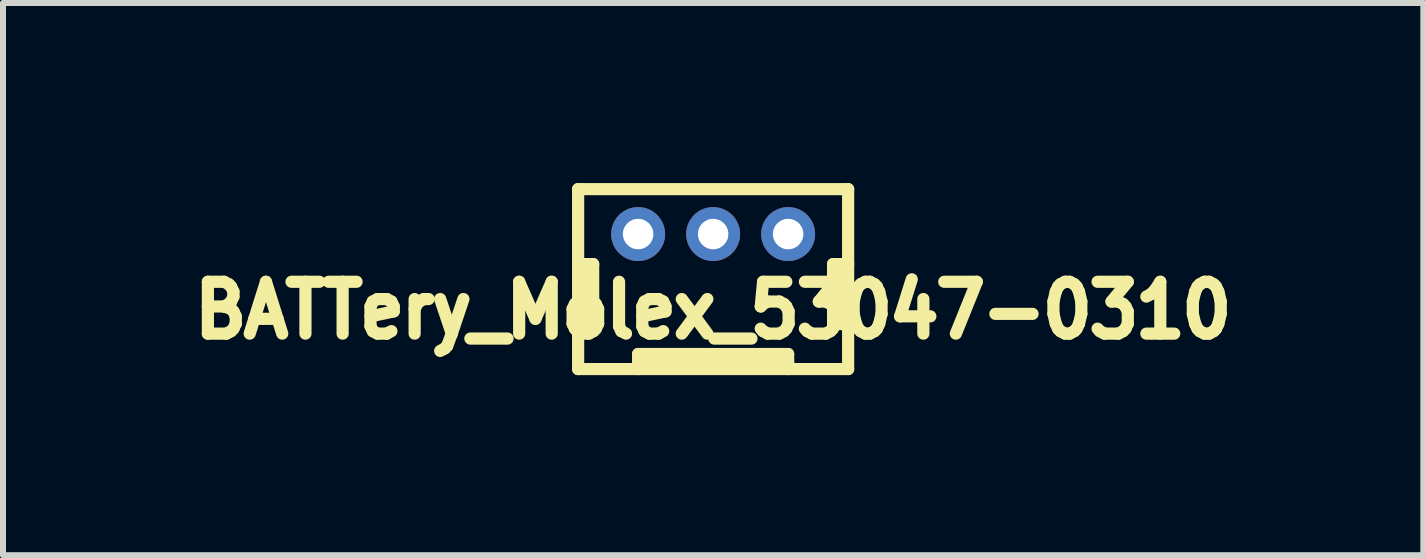
<source format=kicad_pcb>
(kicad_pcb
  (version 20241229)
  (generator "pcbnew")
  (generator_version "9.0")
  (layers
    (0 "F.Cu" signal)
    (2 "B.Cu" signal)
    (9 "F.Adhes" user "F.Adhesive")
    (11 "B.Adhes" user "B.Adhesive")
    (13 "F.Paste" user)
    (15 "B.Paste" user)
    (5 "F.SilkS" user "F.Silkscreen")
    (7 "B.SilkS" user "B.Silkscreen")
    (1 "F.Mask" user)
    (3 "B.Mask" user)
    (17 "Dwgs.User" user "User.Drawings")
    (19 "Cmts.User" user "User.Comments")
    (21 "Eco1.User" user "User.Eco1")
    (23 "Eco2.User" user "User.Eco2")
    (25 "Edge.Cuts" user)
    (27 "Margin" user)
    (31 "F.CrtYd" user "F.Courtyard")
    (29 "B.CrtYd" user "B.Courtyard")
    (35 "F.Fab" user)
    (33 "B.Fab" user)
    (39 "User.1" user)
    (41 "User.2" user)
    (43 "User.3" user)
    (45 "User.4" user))
  (footprint "BATTery_Molex_53047-0310"
    (layer "F.Cu")
    (at 8.835 0.851)
    (property "Reference" "BATTery_Molex_53047-0310" (at 0 1.27 0) (layer "F.SilkS") (effects (font (size 0.864 0.813) (thickness 0.203))))
    (attr through_hole)
    (fp_line (start -2.25 -0.749) (end -2.25 2.25) (stroke (width 0.203) (type solid)) (layer "F.SilkS"))
    (fp_line (start -2.25 0.5) (end -1.999 0.5) (stroke (width 0.203) (type solid)) (layer "F.SilkS"))
    (fp_line (start -2.25 2.25) (end 2.25 2.25) (stroke (width 0.203) (type solid)) (layer "F.SilkS"))
    (fp_line (start -2.101 0.5) (end -2.101 1.501) (stroke (width 0.203) (type solid)) (layer "F.SilkS"))
    (fp_line (start -1.999 0.5) (end -1.999 1.501) (stroke (width 0.203) (type solid)) (layer "F.SilkS"))
    (fp_line (start -1.999 1.501) (end -2.25 1.501) (stroke (width 0.203) (type solid)) (layer "F.SilkS"))
    (fp_line (start -1.25 1.999) (end 1.25 1.999) (stroke (width 0.203) (type solid)) (layer "F.SilkS"))
    (fp_line (start -1.25 2.25) (end -1.25 1.999) (stroke (width 0.203) (type solid)) (layer "F.SilkS"))
    (fp_line (start 1.25 1.999) (end 1.25 2.25) (stroke (width 0.203) (type solid)) (layer "F.SilkS"))
    (fp_line (start 1.25 2.126) (end -1.25 2.126) (stroke (width 0.203) (type solid)) (layer "F.SilkS"))
    (fp_line (start 1.999 0.5) (end 2.25 0.5) (stroke (width 0.203) (type solid)) (layer "F.SilkS"))
    (fp_line (start 1.999 1.501) (end 1.999 0.5) (stroke (width 0.203) (type solid)) (layer "F.SilkS"))
    (fp_line (start 2.149 1.45) (end 2.149 0.551) (stroke (width 0.203) (type solid)) (layer "F.SilkS"))
    (fp_line (start 2.25 -0.749) (end -2.25 -0.749) (stroke (width 0.203) (type solid)) (layer "F.SilkS"))
    (fp_line (start 2.25 1.501) (end 1.999 1.501) (stroke (width 0.203) (type solid)) (layer "F.SilkS"))
    (fp_line (start 2.25 2.25) (end 2.25 -0.749) (stroke (width 0.203) (type solid)) (layer "F.SilkS"))
    (pad "1" thru_hole circle (at 1.25 0) (size 0.899 0.899) (drill 0.508) (layers "*.Cu" "*.Mask"))
    (pad "2" thru_hole circle (at 0 0) (size 0.899 0.899) (drill 0.508) (layers "*.Cu" "*.Mask"))
    (pad "3" thru_hole circle (at -1.25 0) (size 0.899 0.899) (drill 0.508) (layers "*.Cu" "*.Mask")))
  (gr_rect
    (start -3 -3)
    (end 20.671 6.203)
    (stroke (width 0.1) (type default))
    (fill no)
    (layer "Edge.Cuts")))
</source>
